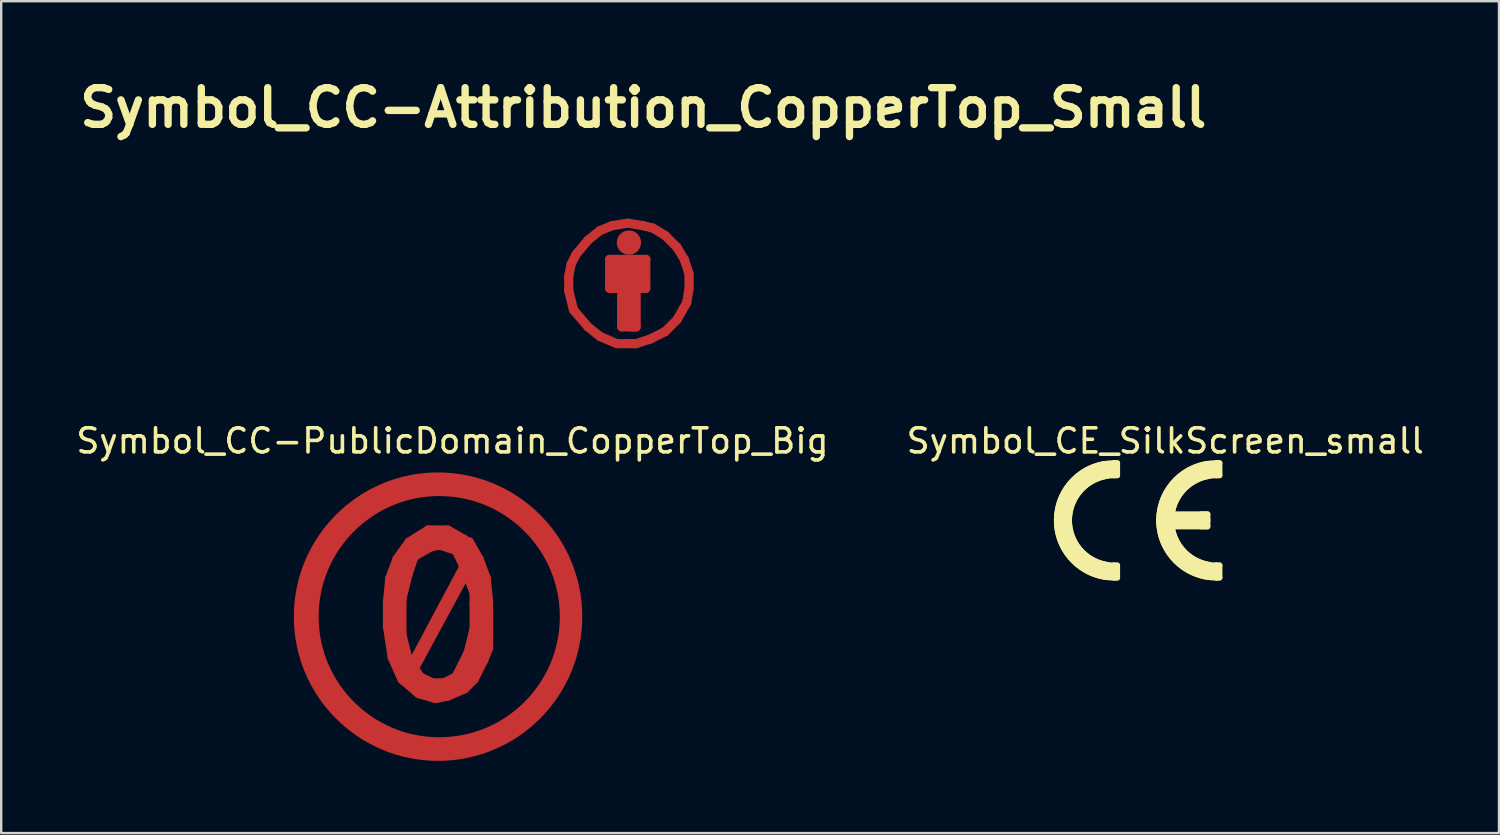
<source format=kicad_pcb>
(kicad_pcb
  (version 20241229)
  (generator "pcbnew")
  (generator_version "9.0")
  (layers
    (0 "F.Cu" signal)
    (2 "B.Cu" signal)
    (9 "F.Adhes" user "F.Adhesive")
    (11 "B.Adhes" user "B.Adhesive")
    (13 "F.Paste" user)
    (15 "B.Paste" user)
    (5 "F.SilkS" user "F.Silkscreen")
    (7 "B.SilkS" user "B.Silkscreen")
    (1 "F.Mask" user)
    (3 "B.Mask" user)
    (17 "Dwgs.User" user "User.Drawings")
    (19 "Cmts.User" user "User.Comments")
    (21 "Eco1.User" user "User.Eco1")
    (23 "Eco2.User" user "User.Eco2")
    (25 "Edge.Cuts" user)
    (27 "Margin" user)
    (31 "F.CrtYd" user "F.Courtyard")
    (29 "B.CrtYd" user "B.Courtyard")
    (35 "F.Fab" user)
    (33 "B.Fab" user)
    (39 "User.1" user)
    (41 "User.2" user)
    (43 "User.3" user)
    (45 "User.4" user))
  (footprint "Symbol_CC-PublicDomain_CopperTop_Big"
    (layer "F.Cu")
    (at 15.145 22.564)
    (property "Reference" "Symbol_CC-PublicDomain_CopperTop_Big" (at 0.599 -7.3 0) (layer "F.SilkS") (effects (font (size 1 1) (thickness 0.15))))
    (attr through_hole)
    (fp_line (start -2.1 -0.6) (end -2 -1.6) (stroke (width 0.381) (type solid)) (layer "F.Cu"))
    (fp_line (start -2.1 0.4) (end -2.1 -0.6) (stroke (width 0.381) (type solid)) (layer "F.Cu"))
    (fp_line (start -2 -1.6) (end -1.7 -2.4) (stroke (width 0.381) (type solid)) (layer "F.Cu"))
    (fp_line (start -1.9 0.6) (end -1.7 -1.9) (stroke (width 0.381) (type solid)) (layer "F.Cu"))
    (fp_line (start -1.9 1.7) (end -2.1 0.4) (stroke (width 0.381) (type solid)) (layer "F.Cu"))
    (fp_line (start -1.8 -0.7) (end -1.4 -2.2) (stroke (width 0.381) (type solid)) (layer "F.Cu"))
    (fp_line (start -1.8 1.2) (end -1.6 1.9) (stroke (width 0.381) (type solid)) (layer "F.Cu"))
    (fp_line (start -1.7 -2.4) (end -1.2 -3.1) (stroke (width 0.381) (type solid)) (layer "F.Cu"))
    (fp_line (start -1.7 1) (end -1.8 -0.7) (stroke (width 0.381) (type solid)) (layer "F.Cu"))
    (fp_line (start -1.6 1.9) (end -1.2 2.5) (stroke (width 0.381) (type solid)) (layer "F.Cu"))
    (fp_line (start -1.5 -0.75) (end -1.25 -1.75) (stroke (width 0.381) (type solid)) (layer "F.Cu"))
    (fp_line (start -1.5 0.75) (end -1.5 -0.75) (stroke (width 0.381) (type solid)) (layer "F.Cu"))
    (fp_line (start -1.5 2.6) (end -1.9 1.7) (stroke (width 0.381) (type solid)) (layer "F.Cu"))
    (fp_line (start -1.4 -2.2) (end -1 -2.9) (stroke (width 0.381) (type solid)) (layer "F.Cu"))
    (fp_line (start -1.3 2.3) (end -1.7 1) (stroke (width 0.381) (type solid)) (layer "F.Cu"))
    (fp_line (start -1.25 -1.75) (end -1 -2.5) (stroke (width 0.381) (type solid)) (layer "F.Cu"))
    (fp_line (start -1.25 1.75) (end -1.5 0.75) (stroke (width 0.381) (type solid)) (layer "F.Cu"))
    (fp_line (start -1.2 -3.1) (end -0.4 -3.6) (stroke (width 0.381) (type solid)) (layer "F.Cu"))
    (fp_line (start -1.15 2.45) (end -1.1 2.65) (stroke (width 0.381) (type solid)) (layer "F.Cu"))
    (fp_line (start -1.1 2.7) (end -1.9 0.6) (stroke (width 0.381) (type solid)) (layer "F.Cu"))
    (fp_line (start -1 -2.9) (end -0.2 -3.3) (stroke (width 0.381) (type solid)) (layer "F.Cu"))
    (fp_line (start -1 -2.5) (end -0.3 -2.9) (stroke (width 0.381) (type solid)) (layer "F.Cu"))
    (fp_line (start -0.8 3.2) (end -1.5 2.6) (stroke (width 0.381) (type solid)) (layer "F.Cu"))
    (fp_line (start -0.75 2.5) (end -1.25 1.75) (stroke (width 0.381) (type solid)) (layer "F.Cu"))
    (fp_line (start -0.5 3.2) (end -1.1 2.7) (stroke (width 0.381) (type solid)) (layer "F.Cu"))
    (fp_line (start -0.4 -3.6) (end 0.4 -3.6) (stroke (width 0.381) (type solid)) (layer "F.Cu"))
    (fp_line (start -0.4 3) (end -1.3 2.3) (stroke (width 0.381) (type solid)) (layer "F.Cu"))
    (fp_line (start -0.3 -2.9) (end 0.2 -3) (stroke (width 0.381) (type solid)) (layer "F.Cu"))
    (fp_line (start -0.25 2.75) (end -0.75 2.5) (stroke (width 0.381) (type solid)) (layer "F.Cu"))
    (fp_line (start -0.2 -3.3) (end 0.7 -3.2) (stroke (width 0.381) (type solid)) (layer "F.Cu"))
    (fp_line (start -0.1 3.4) (end -0.8 3.2) (stroke (width 0.381) (type solid)) (layer "F.Cu"))
    (fp_line (start 0 -3) (end 0.75 -2.75) (stroke (width 0.381) (type solid)) (layer "F.Cu"))
    (fp_line (start 0.2 -3) (end 0.8 -3) (stroke (width 0.381) (type solid)) (layer "F.Cu"))
    (fp_line (start 0.2 3.2) (end -0.5 3.2) (stroke (width 0.381) (type solid)) (layer "F.Cu"))
    (fp_line (start 0.25 2.75) (end -0.25 2.75) (stroke (width 0.381) (type solid)) (layer "F.Cu"))
    (fp_line (start 0.4 -3.6) (end 1.1 -3.2) (stroke (width 0.381) (type solid)) (layer "F.Cu"))
    (fp_line (start 0.4 3.3) (end -0.1 3.4) (stroke (width 0.381) (type solid)) (layer "F.Cu"))
    (fp_line (start 0.5 3) (end -0.4 3) (stroke (width 0.381) (type solid)) (layer "F.Cu"))
    (fp_line (start 0.7 -3.2) (end 1.3 -3.1) (stroke (width 0.381) (type solid)) (layer "F.Cu"))
    (fp_line (start 0.75 -2.75) (end 1 -2.25) (stroke (width 0.381) (type solid)) (layer "F.Cu"))
    (fp_line (start 0.75 2.5) (end 0.25 2.75) (stroke (width 0.381) (type solid)) (layer "F.Cu"))
    (fp_line (start 0.8 -3) (end 1.4 -2.3) (stroke (width 0.381) (type solid)) (layer "F.Cu"))
    (fp_line (start 1 -2.25) (end 1.5 -1) (stroke (width 0.381) (type solid)) (layer "F.Cu"))
    (fp_line (start 1 2.7) (end 0.5 3) (stroke (width 0.381) (type solid)) (layer "F.Cu"))
    (fp_line (start 1.1 -3.2) (end 1.1 -2.9) (stroke (width 0.381) (type solid)) (layer "F.Cu"))
    (fp_line (start 1.1 -2.9) (end 1.8 -1.5) (stroke (width 0.381) (type solid)) (layer "F.Cu"))
    (fp_line (start 1.1 -2.5) (end 1.4 -1.9) (stroke (width 0.381) (type solid)) (layer "F.Cu"))
    (fp_line (start 1.1 3) (end 0.4 3.3) (stroke (width 0.381) (type solid)) (layer "F.Cu"))
    (fp_line (start 1.2 2.6) (end 0.2 3.2) (stroke (width 0.381) (type solid)) (layer "F.Cu"))
    (fp_line (start 1.25 -2.4) (end -1.15 2.1) (stroke (width 0.381) (type solid)) (layer "F.Cu"))
    (fp_line (start 1.25 1.5) (end 0.75 2.5) (stroke (width 0.381) (type solid)) (layer "F.Cu"))
    (fp_line (start 1.3 -3.1) (end 1.7 -2.4) (stroke (width 0.381) (type solid)) (layer "F.Cu"))
    (fp_line (start 1.4 -2.3) (end 1.6 -1.4) (stroke (width 0.381) (type solid)) (layer "F.Cu"))
    (fp_line (start 1.4 -2.25) (end -1.15 2.45) (stroke (width 0.381) (type solid)) (layer "F.Cu"))
    (fp_line (start 1.4 1.8) (end 1 2.7) (stroke (width 0.381) (type solid)) (layer "F.Cu"))
    (fp_line (start 1.5 -1) (end 1.5 -0.5) (stroke (width 0.381) (type solid)) (layer "F.Cu"))
    (fp_line (start 1.5 -0.5) (end 1.5 0.5) (stroke (width 0.381) (type solid)) (layer "F.Cu"))
    (fp_line (start 1.5 0.5) (end 1.25 1.5) (stroke (width 0.381) (type solid)) (layer "F.Cu"))
    (fp_line (start 1.5 2.6) (end 1.1 3) (stroke (width 0.381) (type solid)) (layer "F.Cu"))
    (fp_line (start 1.6 -1.4) (end 1.7 -0.3) (stroke (width 0.381) (type solid)) (layer "F.Cu"))
    (fp_line (start 1.7 -2.4) (end 2 -1.6) (stroke (width 0.381) (type solid)) (layer "F.Cu"))
    (fp_line (start 1.7 -0.3) (end 1.7 0.9) (stroke (width 0.381) (type solid)) (layer "F.Cu"))
    (fp_line (start 1.7 0.9) (end 1.4 1.8) (stroke (width 0.381) (type solid)) (layer "F.Cu"))
    (fp_line (start 1.8 -1.5) (end 1.8 -0.4) (stroke (width 0.381) (type solid)) (layer "F.Cu"))
    (fp_line (start 1.8 -0.4) (end 1.8 1.1) (stroke (width 0.381) (type solid)) (layer "F.Cu"))
    (fp_line (start 1.8 1.1) (end 1.2 2.6) (stroke (width 0.381) (type solid)) (layer "F.Cu"))
    (fp_line (start 1.9 1.8) (end 1.5 2.6) (stroke (width 0.381) (type solid)) (layer "F.Cu"))
    (fp_line (start 2 -1.6) (end 2.1 -0.6) (stroke (width 0.381) (type solid)) (layer "F.Cu"))
    (fp_line (start 2.1 -0.6) (end 2.1 0.3) (stroke (width 0.381) (type solid)) (layer "F.Cu"))
    (fp_line (start 2.1 0.3) (end 2.1 1.3) (stroke (width 0.381) (type solid)) (layer "F.Cu"))
    (fp_line (start 2.1 1.3) (end 1.9 1.8) (stroke (width 0.381) (type solid)) (layer "F.Cu"))
    (fp_circle (center 0 0) (end 5.5 0) (stroke (width 0.381) (type solid)) (fill no) (layer "F.Cu"))
    (fp_circle (center 0 0) (end 5.8 -0.05) (stroke (width 0.381) (type solid)) (fill no) (layer "F.Cu"))
    (fp_circle (center 0.05 0) (end 5.25 0) (stroke (width 0.381) (type solid)) (fill no) (layer "F.Cu")))
  (footprint "Symbol_CC-Attribution_CopperTop_Small"
    (layer "F.Cu")
    (at 23.073 8.726)
    (property "Reference" "Symbol_CC-Attribution_CopperTop_Small" (at 0.599 -7.3 0) (layer "F.SilkS") (effects (font (size 1.524 1.524) (thickness 0.305))))
    (attr through_hole)
    (fp_line (start -2.499 -0.3) (end -2.499 0.3) (stroke (width 0.381) (type solid)) (layer "F.Cu"))
    (fp_line (start -2.499 0.3) (end -2.301 1.1) (stroke (width 0.381) (type solid)) (layer "F.Cu"))
    (fp_line (start -2.4 -0.8) (end -2.499 -0.3) (stroke (width 0.381) (type solid)) (layer "F.Cu"))
    (fp_line (start -2.301 1.1) (end -1.699 1.801) (stroke (width 0.381) (type solid)) (layer "F.Cu"))
    (fp_line (start -2.2 -1.199) (end -2.4 -0.8) (stroke (width 0.381) (type solid)) (layer "F.Cu"))
    (fp_line (start -1.699 -1.801) (end -2.2 -1.199) (stroke (width 0.381) (type solid)) (layer "F.Cu"))
    (fp_line (start -1.699 1.801) (end -1.199 2.2) (stroke (width 0.381) (type solid)) (layer "F.Cu"))
    (fp_line (start -1.199 -2.2) (end -1.699 -1.801) (stroke (width 0.381) (type solid)) (layer "F.Cu"))
    (fp_line (start -1.199 2.2) (end -0.5 2.499) (stroke (width 0.381) (type solid)) (layer "F.Cu"))
    (fp_line (start -0.8 -1.001) (end 0.701 -1.001) (stroke (width 0.381) (type solid)) (layer "F.Cu"))
    (fp_line (start -0.8 -0.099) (end 0.5 -0.099) (stroke (width 0.381) (type solid)) (layer "F.Cu"))
    (fp_line (start -0.8 0.201) (end -0.8 -1.001) (stroke (width 0.381) (type solid)) (layer "F.Cu"))
    (fp_line (start -0.701 -2.4) (end -1.199 -2.2) (stroke (width 0.381) (type solid)) (layer "F.Cu"))
    (fp_line (start -0.701 -0.701) (end 0.599 -0.701) (stroke (width 0.381) (type solid)) (layer "F.Cu"))
    (fp_line (start -0.5 2.499) (end 0.3 2.499) (stroke (width 0.381) (type solid)) (layer "F.Cu"))
    (fp_line (start -0.3 0.3) (end -0.3 1.801) (stroke (width 0.381) (type solid)) (layer "F.Cu"))
    (fp_line (start -0.3 1.801) (end 0.201 1.801) (stroke (width 0.381) (type solid)) (layer "F.Cu"))
    (fp_line (start -0.099 -2.499) (end -0.701 -2.4) (stroke (width 0.381) (type solid)) (layer "F.Cu"))
    (fp_line (start 0 -2.499) (end -0.099 -2.499) (stroke (width 0.381) (type solid)) (layer "F.Cu"))
    (fp_line (start 0 -1.9) (end 0 -1.501) (stroke (width 0.381) (type solid)) (layer "F.Cu"))
    (fp_line (start 0 0.3) (end 0 1.6) (stroke (width 0.381) (type solid)) (layer "F.Cu"))
    (fp_line (start 0.099 1.801) (end 0.3 1.801) (stroke (width 0.381) (type solid)) (layer "F.Cu"))
    (fp_line (start 0.3 1.801) (end 0.3 0.201) (stroke (width 0.381) (type solid)) (layer "F.Cu"))
    (fp_line (start 0.3 2.499) (end 0.899 2.301) (stroke (width 0.381) (type solid)) (layer "F.Cu"))
    (fp_line (start 0.5 -0.399) (end -0.701 -0.399) (stroke (width 0.381) (type solid)) (layer "F.Cu"))
    (fp_line (start 0.599 -2.4) (end 0 -2.499) (stroke (width 0.381) (type solid)) (layer "F.Cu"))
    (fp_line (start 0.701 -1.001) (end 0.701 0.201) (stroke (width 0.381) (type solid)) (layer "F.Cu"))
    (fp_line (start 0.701 0.201) (end -0.8 0.201) (stroke (width 0.381) (type solid)) (layer "F.Cu"))
    (fp_line (start 0.899 2.301) (end 1.501 1.999) (stroke (width 0.381) (type solid)) (layer "F.Cu"))
    (fp_line (start 1.001 -2.301) (end 0.599 -2.4) (stroke (width 0.381) (type solid)) (layer "F.Cu"))
    (fp_line (start 1.501 -1.999) (end 1.001 -2.301) (stroke (width 0.381) (type solid)) (layer "F.Cu"))
    (fp_line (start 1.501 1.999) (end 1.999 1.501) (stroke (width 0.381) (type solid)) (layer "F.Cu"))
    (fp_line (start 1.999 -1.501) (end 1.501 -1.999) (stroke (width 0.381) (type solid)) (layer "F.Cu"))
    (fp_line (start 1.999 1.501) (end 2.4 0.8) (stroke (width 0.381) (type solid)) (layer "F.Cu"))
    (fp_line (start 2.301 -1.001) (end 1.999 -1.501) (stroke (width 0.381) (type solid)) (layer "F.Cu"))
    (fp_line (start 2.4 0.8) (end 2.499 0.201) (stroke (width 0.381) (type solid)) (layer "F.Cu"))
    (fp_line (start 2.499 -0.399) (end 2.301 -1.001) (stroke (width 0.381) (type solid)) (layer "F.Cu"))
    (fp_line (start 2.499 0.201) (end 2.499 -0.399) (stroke (width 0.381) (type solid)) (layer "F.Cu"))
    (fp_circle (center 0 -1.699) (end 0.099 -1.4) (stroke (width 0.381) (type solid)) (fill no) (layer "F.Cu")))
  (footprint "Symbol_CE_SilkScreen_small"
    (layer "F.Cu")
    (at 45.351 18.565)
    (property "Reference" "Symbol_CE_SilkScreen_small" (at 0 -3.3 0) (layer "F.SilkS") (effects (font (size 1 1) (thickness 0.15))))
    (attr through_hole)
    (fp_line (start -2.125 -2.375) (end -2.125 -1.875) (stroke (width 0.25) (type solid)) (layer "F.SilkS"))
    (fp_line (start -2.125 1.875) (end -2.125 2.375) (stroke (width 0.25) (type solid)) (layer "F.SilkS"))
    (fp_line (start -2.125 1.875) (end -2 1.875) (stroke (width 0.25) (type solid)) (layer "F.SilkS"))
    (fp_line (start -2 -2.375) (end -2.125 -2.375) (stroke (width 0.25) (type solid)) (layer "F.SilkS"))
    (fp_line (start -2 -2.375) (end -2 -1.875) (stroke (width 0.25) (type solid)) (layer "F.SilkS"))
    (fp_line (start -2 -1.875) (end -2.125 -1.875) (stroke (width 0.25) (type solid)) (layer "F.SilkS"))
    (fp_line (start -2 1.875) (end -2 2.375) (stroke (width 0.25) (type solid)) (layer "F.SilkS"))
    (fp_line (start -2 2.375) (end -2.125 2.375) (stroke (width 0.25) (type solid)) (layer "F.SilkS"))
    (fp_line (start 1.5 0) (end 0 0) (stroke (width 0.75) (type solid)) (layer "F.SilkS"))
    (fp_line (start 1.5 0.25) (end 1.625 0.25) (stroke (width 0.25) (type solid)) (layer "F.SilkS"))
    (fp_line (start 1.625 -0.25) (end 1.5 -0.25) (stroke (width 0.25) (type solid)) (layer "F.SilkS"))
    (fp_line (start 1.625 -0.25) (end 1.75 -0.25) (stroke (width 0.25) (type solid)) (layer "F.SilkS"))
    (fp_line (start 1.75 -0.25) (end 1.75 0.25) (stroke (width 0.25) (type solid)) (layer "F.SilkS"))
    (fp_line (start 1.75 0.25) (end 1.625 0.25) (stroke (width 0.25) (type solid)) (layer "F.SilkS"))
    (fp_line (start 2.125 -2.375) (end 2.125 -1.875) (stroke (width 0.25) (type solid)) (layer "F.SilkS"))
    (fp_line (start 2.125 -2.375) (end 2.25 -2.375) (stroke (width 0.25) (type solid)) (layer "F.SilkS"))
    (fp_line (start 2.125 1.875) (end 2.125 2.375) (stroke (width 0.25) (type solid)) (layer "F.SilkS"))
    (fp_line (start 2.125 1.875) (end 2.25 1.875) (stroke (width 0.25) (type solid)) (layer "F.SilkS"))
    (fp_line (start 2.25 -2.375) (end 2.25 -1.875) (stroke (width 0.25) (type solid)) (layer "F.SilkS"))
    (fp_line (start 2.25 -1.875) (end 2.125 -1.875) (stroke (width 0.25) (type solid)) (layer "F.SilkS"))
    (fp_line (start 2.25 1.875) (end 2.25 2.375) (stroke (width 0.25) (type solid)) (layer "F.SilkS"))
    (fp_line (start 2.25 2.375) (end 2.125 2.375) (stroke (width 0.25) (type solid)) (layer "F.SilkS"))
    (fp_arc (start -2.494002 2.092716) (mid -4.249999 0) (end -2.494003 -2.092716) (stroke (width 0.75) (type solid)) (layer "F.SilkS"))
    (fp_arc (start -2.125 1.875) (mid -4 0) (end -2.125 -1.875) (stroke (width 0.25) (type solid)) (layer "F.SilkS"))
    (fp_arc (start -2.125 2.375) (mid -4.5 0) (end -2.125 -2.375) (stroke (width 0.25) (type solid)) (layer "F.SilkS"))
    (fp_arc (start 1.755998 2.092716) (mid 0.000001 0) (end 1.755997 -2.092716) (stroke (width 0.75) (type solid)) (layer "F.SilkS"))
    (fp_arc (start 2.125 1.875) (mid 0.25 0) (end 2.125 -1.875) (stroke (width 0.25) (type solid)) (layer "F.SilkS"))
    (fp_arc (start 2.125 2.375) (mid -0.25 0) (end 2.125 -2.375) (stroke (width 0.25) (type solid)) (layer "F.SilkS")))
  (gr_rect
    (start -3 -3)
    (end 59.214 31.555)
    (stroke (width 0.1) (type default))
    (fill no)
    (layer "Edge.Cuts")))
</source>
